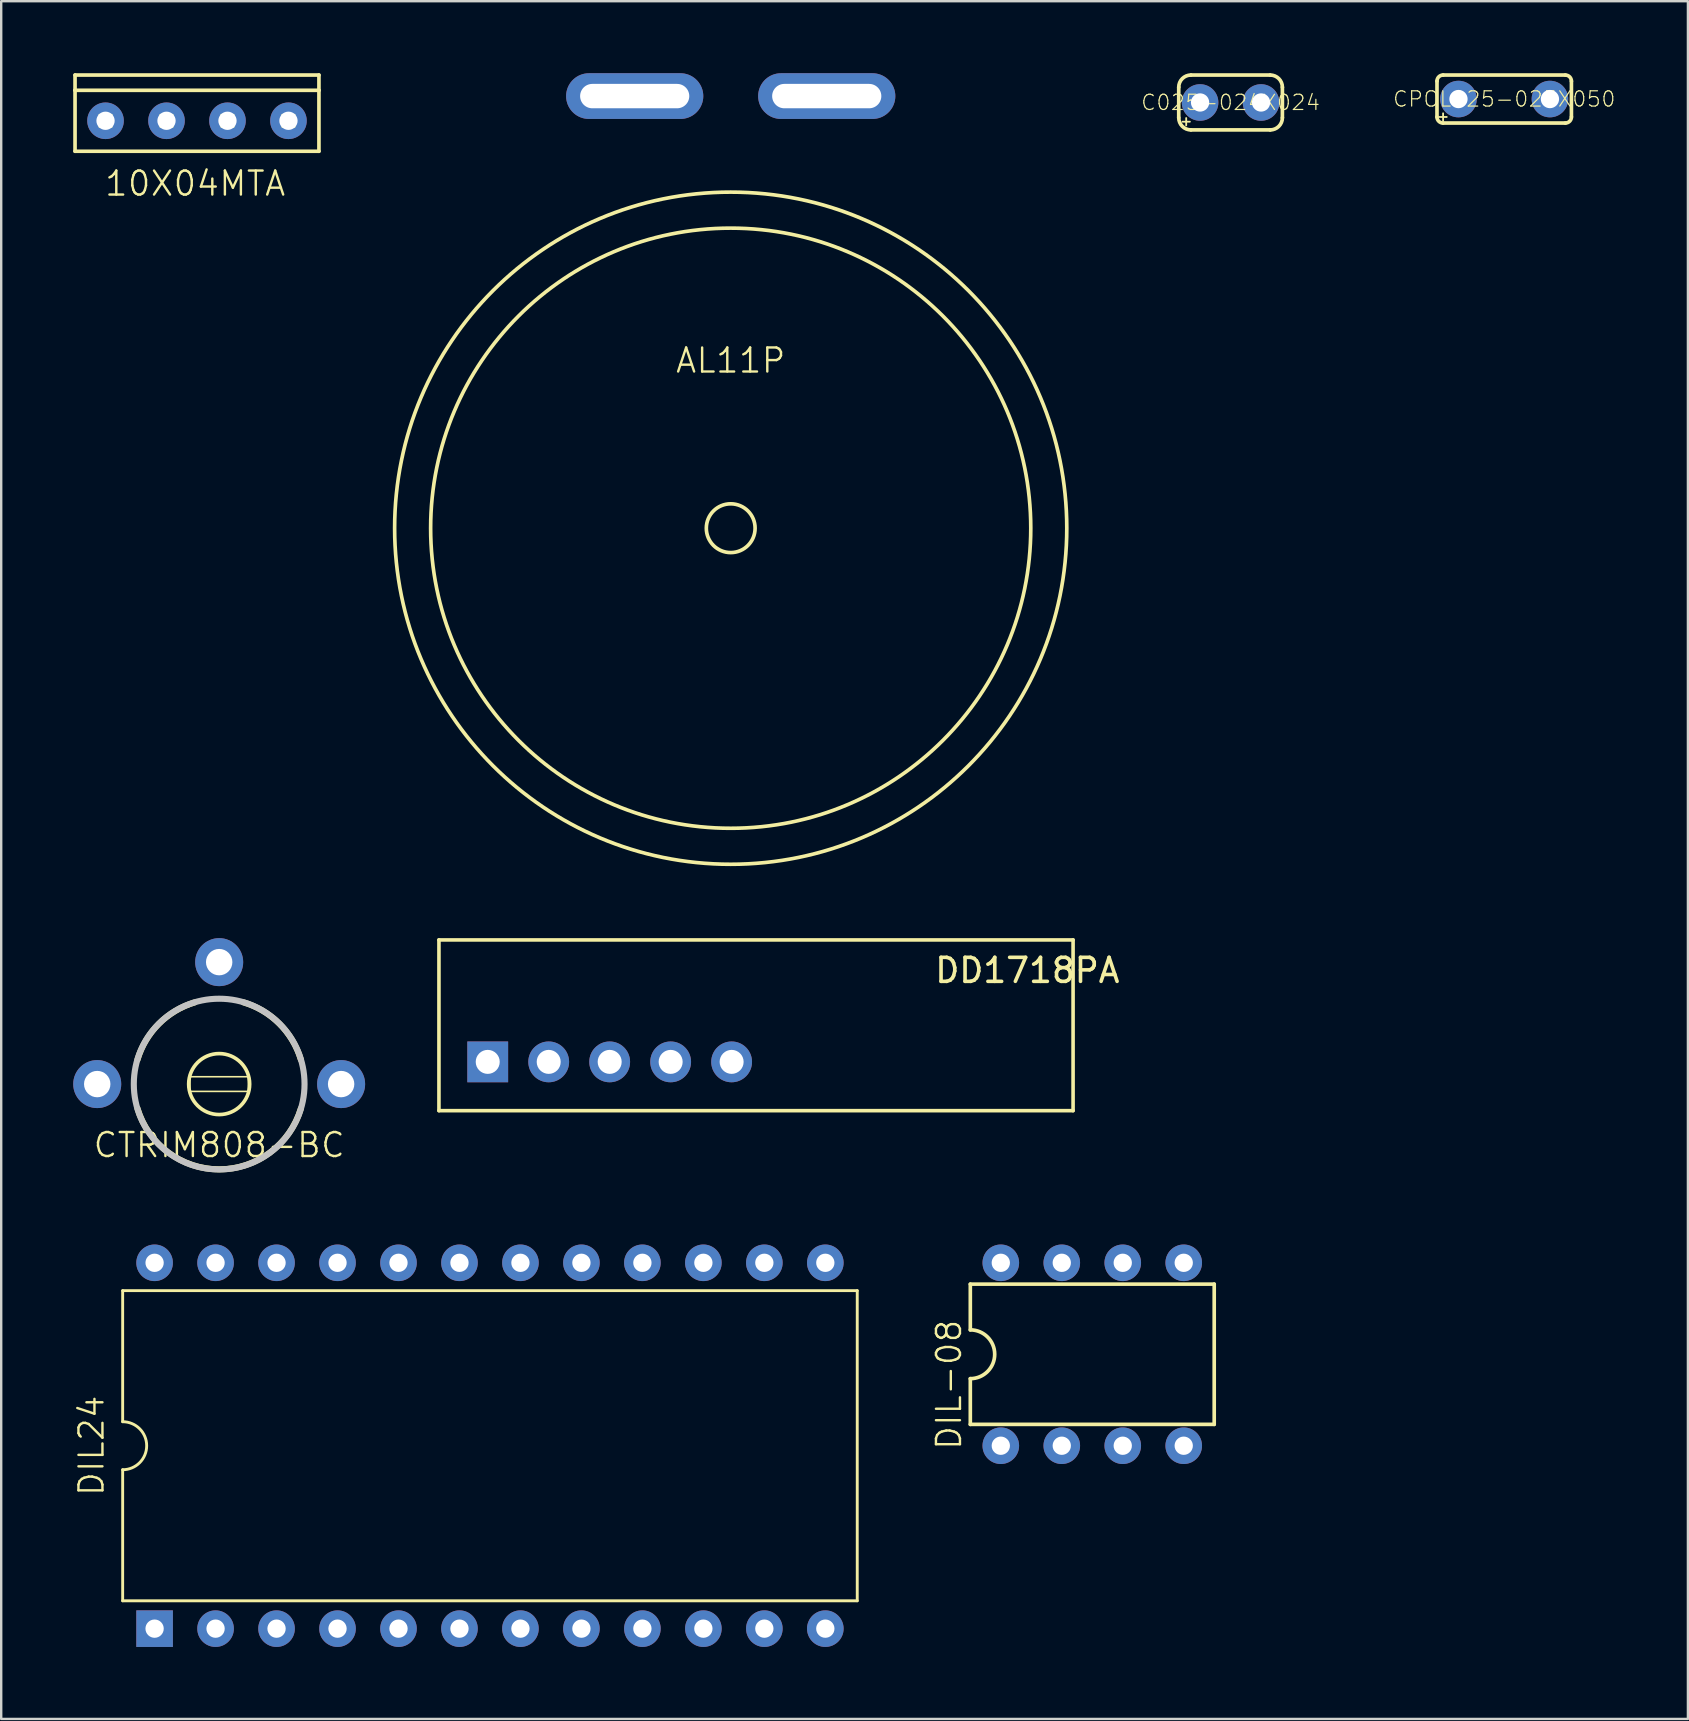
<source format=kicad_pcb>
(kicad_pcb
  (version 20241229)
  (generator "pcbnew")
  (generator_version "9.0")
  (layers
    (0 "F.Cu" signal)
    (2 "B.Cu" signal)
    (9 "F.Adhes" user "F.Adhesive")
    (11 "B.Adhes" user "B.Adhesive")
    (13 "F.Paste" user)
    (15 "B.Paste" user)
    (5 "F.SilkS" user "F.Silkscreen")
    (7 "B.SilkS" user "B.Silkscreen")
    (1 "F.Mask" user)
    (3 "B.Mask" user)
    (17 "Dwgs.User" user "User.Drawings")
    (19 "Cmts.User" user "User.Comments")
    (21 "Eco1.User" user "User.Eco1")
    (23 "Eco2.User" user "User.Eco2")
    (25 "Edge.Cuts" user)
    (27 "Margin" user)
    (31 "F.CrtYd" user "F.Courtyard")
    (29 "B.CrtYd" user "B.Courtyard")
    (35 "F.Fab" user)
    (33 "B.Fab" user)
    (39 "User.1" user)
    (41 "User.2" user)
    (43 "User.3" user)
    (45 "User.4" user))
  (footprint "DD1718PA"
    (layer "F.Cu")
    (at 17.267 41.184)
    (property "Reference" "DD1718PA" (at 22.479 -3.81 0) (layer "F.SilkS") (effects (font (size 1 1) (thickness 0.15))))
    (attr through_hole)
    (fp_line (start -2.032 -5.08) (end -2.032 2.032) (stroke (width 0.15) (type solid)) (layer "F.SilkS"))
    (fp_line (start -2.032 2.032) (end 24.384 2.032) (stroke (width 0.15) (type solid)) (layer "F.SilkS"))
    (fp_line (start 24.384 -5.08) (end -2.032 -5.08) (stroke (width 0.15) (type solid)) (layer "F.SilkS"))
    (fp_line (start 24.384 2.032) (end 24.384 -5.08) (stroke (width 0.15) (type solid)) (layer "F.SilkS"))
    (pad "1" thru_hole rect (at 0 0) (size 1.7 1.7) (drill 1) (layers "*.Cu" "*.Mask"))
    (pad "2" thru_hole oval (at 2.54 0) (size 1.7 1.7) (drill 1) (layers "*.Cu" "*.Mask"))
    (pad "3" thru_hole oval (at 5.08 0 90) (size 1.7 1.7) (drill 1) (layers "*.Cu" "*.Mask"))
    (pad "4" thru_hole oval (at 7.62 0 90) (size 1.7 1.7) (drill 1) (layers "*.Cu" "*.Mask"))
    (pad "5" thru_hole oval (at 10.16 0 90) (size 1.7 1.7) (drill 1) (layers "*.Cu" "*.Mask")))
  (footprint "10X04MTA"
    (layer "F.Cu")
    (at 5.156 1.981)
    (property "Reference" "10X04MTA" (at -0.076 2.616 0) (layer "F.SilkS") (effects (font (size 1 1) (thickness 0.1))))
    (attr exclude_from_pos_files exclude_from_bom)
    (fp_line (start -5.08 -1.27) (end -5.08 -1.905) (stroke (width 0.152) (type solid)) (layer "F.SilkS"))
    (fp_line (start -5.08 1.27) (end -5.08 -1.27) (stroke (width 0.152) (type solid)) (layer "F.SilkS"))
    (fp_line (start -5.08 1.27) (end 5.08 1.27) (stroke (width 0.152) (type solid)) (layer "F.SilkS"))
    (fp_line (start -4.064 -0.254) (end -3.556 -0.254) (stroke (width 0.066) (type solid)) (layer "F.SilkS"))
    (fp_line (start -4.064 0.254) (end -4.064 -0.254) (stroke (width 0.066) (type solid)) (layer "F.SilkS"))
    (fp_line (start -4.064 0.254) (end -3.556 0.254) (stroke (width 0.066) (type solid)) (layer "F.SilkS"))
    (fp_line (start -3.556 0.254) (end -3.556 -0.254) (stroke (width 0.066) (type solid)) (layer "F.SilkS"))
    (fp_line (start -1.524 -0.254) (end -1.016 -0.254) (stroke (width 0.066) (type solid)) (layer "F.SilkS"))
    (fp_line (start -1.524 0.254) (end -1.524 -0.254) (stroke (width 0.066) (type solid)) (layer "F.SilkS"))
    (fp_line (start -1.524 0.254) (end -1.016 0.254) (stroke (width 0.066) (type solid)) (layer "F.SilkS"))
    (fp_line (start -1.016 0.254) (end -1.016 -0.254) (stroke (width 0.066) (type solid)) (layer "F.SilkS"))
    (fp_line (start 1.016 -0.254) (end 1.524 -0.254) (stroke (width 0.066) (type solid)) (layer "F.SilkS"))
    (fp_line (start 1.016 0.254) (end 1.016 -0.254) (stroke (width 0.066) (type solid)) (layer "F.SilkS"))
    (fp_line (start 1.016 0.254) (end 1.524 0.254) (stroke (width 0.066) (type solid)) (layer "F.SilkS"))
    (fp_line (start 1.524 0.254) (end 1.524 -0.254) (stroke (width 0.066) (type solid)) (layer "F.SilkS"))
    (fp_line (start 3.556 -0.254) (end 4.064 -0.254) (stroke (width 0.066) (type solid)) (layer "F.SilkS"))
    (fp_line (start 3.556 0.254) (end 3.556 -0.254) (stroke (width 0.066) (type solid)) (layer "F.SilkS"))
    (fp_line (start 3.556 0.254) (end 4.064 0.254) (stroke (width 0.066) (type solid)) (layer "F.SilkS"))
    (fp_line (start 4.064 0.254) (end 4.064 -0.254) (stroke (width 0.066) (type solid)) (layer "F.SilkS"))
    (fp_line (start 5.08 -1.905) (end -5.08 -1.905) (stroke (width 0.152) (type solid)) (layer "F.SilkS"))
    (fp_line (start 5.08 -1.905) (end 5.08 -1.27) (stroke (width 0.152) (type solid)) (layer "F.SilkS"))
    (fp_line (start 5.08 -1.27) (end -5.08 -1.27) (stroke (width 0.152) (type solid)) (layer "F.SilkS"))
    (fp_line (start 5.08 -1.27) (end 5.08 1.27) (stroke (width 0.152) (type solid)) (layer "F.SilkS"))
    (pad "1" thru_hole circle (at 3.81 0) (size 1.524 1.524) (drill 0.762) (layers "*.Cu" "*.Paste" "*.Mask"))
    (pad "2" thru_hole circle (at 1.27 0) (size 1.524 1.524) (drill 0.762) (layers "*.Cu" "*.Paste" "*.Mask"))
    (pad "3" thru_hole circle (at -1.27 0) (size 1.524 1.524) (drill 0.762) (layers "*.Cu" "*.Paste" "*.Mask"))
    (pad "4" thru_hole circle (at -3.81 0) (size 1.524 1.524) (drill 0.762) (layers "*.Cu" "*.Paste" "*.Mask")))
  (footprint "CPOL025-025X050"
    (layer "F.Cu")
    (at 59.61 1.076)
    (property "Reference" "CPOL025-025X050" (at 0 0 0) (layer "F.SilkS") (effects (font (size 0.635 0.635) (thickness 0.05))))
    (attr exclude_from_pos_files exclude_from_bom)
    (fp_line (start -2.8 -0.746) (end -2.8 0.746) (stroke (width 0.152) (type solid)) (layer "F.SilkS"))
    (fp_line (start -2.698 0.746) (end -2.394 0.746) (stroke (width 0.076) (type solid)) (layer "F.SilkS"))
    (fp_line (start -2.546 -1) (end 2.546 -1) (stroke (width 0.152) (type solid)) (layer "F.SilkS"))
    (fp_line (start -2.546 0.594) (end -2.546 0.898) (stroke (width 0.076) (type solid)) (layer "F.SilkS"))
    (fp_line (start 2.546 1) (end -2.546 1) (stroke (width 0.152) (type solid)) (layer "F.SilkS"))
    (fp_line (start 2.8 -0.746) (end 2.8 0.746) (stroke (width 0.152) (type solid)) (layer "F.SilkS"))
    (fp_arc (start -2.8 -0.746) (mid -2.725605 -0.925605) (end -2.546 -1) (stroke (width 0.1524) (type solid)) (layer "F.SilkS"))
    (fp_arc (start -2.546 1) (mid -2.725605 0.925605) (end -2.8 0.746) (stroke (width 0.1524) (type solid)) (layer "F.SilkS"))
    (fp_arc (start 2.546 -1) (mid 2.725605 -0.925605) (end 2.8 -0.746) (stroke (width 0.1524) (type solid)) (layer "F.SilkS"))
    (fp_arc (start 2.8 0.746) (mid 2.725605 0.925605) (end 2.546 1) (stroke (width 0.1524) (type solid)) (layer "F.SilkS"))
    (pad "+" thru_hole circle (at -1.905 0) (size 1.524 1.524) (drill 0.762) (layers "*.Cu" "*.Paste" "*.Mask"))
    (pad "-" thru_hole circle (at 1.905 0) (size 1.524 1.524) (drill 0.762) (layers "*.Cu" "*.Paste" "*.Mask")))
  (footprint "C025-024X024"
    (layer "F.Cu")
    (at 48.211 1.219)
    (property "Reference" "C025-024X024" (at 0 0 0) (layer "F.SilkS") (effects (font (size 0.635 0.635) (thickness 0.05))))
    (attr exclude_from_pos_files exclude_from_bom)
    (fp_line (start -2.159 0.635) (end -2.159 -0.635) (stroke (width 0.152) (type solid)) (layer "F.SilkS"))
    (fp_line (start -2 0.8) (end -1.695 0.8) (stroke (width 0.076) (type solid)) (layer "F.SilkS"))
    (fp_line (start -1.848 0.648) (end -1.848 0.952) (stroke (width 0.076) (type solid)) (layer "F.SilkS"))
    (fp_line (start 1.651 -1.143) (end -1.651 -1.143) (stroke (width 0.152) (type solid)) (layer "F.SilkS"))
    (fp_line (start 1.651 1.143) (end -1.651 1.143) (stroke (width 0.152) (type solid)) (layer "F.SilkS"))
    (fp_line (start 2.159 0.635) (end 2.159 -0.635) (stroke (width 0.152) (type solid)) (layer "F.SilkS"))
    (fp_arc (start -2.159 -0.635) (mid -2.01021 -0.99421) (end -1.651 -1.143) (stroke (width 0.1524) (type solid)) (layer "F.SilkS"))
    (fp_arc (start -1.651 1.143) (mid -2.01021 0.99421) (end -2.159 0.635) (stroke (width 0.1524) (type solid)) (layer "F.SilkS"))
    (fp_arc (start 1.651 -1.143) (mid 2.01021 -0.99421) (end 2.159 -0.635) (stroke (width 0.1524) (type solid)) (layer "F.SilkS"))
    (fp_arc (start 2.159 0.635) (mid 2.01021 0.99421) (end 1.651 1.143) (stroke (width 0.1524) (type solid)) (layer "F.SilkS"))
    (pad "+" thru_hole circle (at -1.27 0) (size 1.524 1.524) (drill 0.762) (layers "*.Cu" "*.Paste" "*.Mask"))
    (pad "-" thru_hole circle (at 1.27 0) (size 1.524 1.524) (drill 0.762) (layers "*.Cu" "*.Paste" "*.Mask")))
  (footprint "CTRIM808-BC"
    (layer "F.Cu")
    (at 6.08 42.109)
    (property "Reference" "CTRIM808-BC" (at 0 2.54 0) (layer "F.SilkS") (effects (font (size 1 1) (thickness 0.1))))
    (attr exclude_from_pos_files exclude_from_bom)
    (fp_line (start -1.219 -0.305) (end 1.219 -0.305) (stroke (width 0.066) (type solid)) (layer "F.SilkS"))
    (fp_line (start -1.219 0.305) (end -1.219 -0.305) (stroke (width 0.066) (type solid)) (layer "F.SilkS"))
    (fp_line (start -1.219 0.305) (end 1.219 0.305) (stroke (width 0.066) (type solid)) (layer "F.SilkS"))
    (fp_line (start 1.219 0.305) (end 1.219 -0.305) (stroke (width 0.066) (type solid)) (layer "F.SilkS"))
    (fp_arc (start -3.4036 -1.016) (mid -2.512929 -2.510365) (end -1.019474 -3.402561) (stroke (width 0.254) (type solid)) (layer "F.SilkS"))
    (fp_arc (start 1.016 -3.4036) (mid 2.510365 -2.512929) (end 3.402561 -1.019474) (stroke (width 0.254) (type solid)) (layer "F.SilkS"))
    (fp_arc (start 3.4036 1.016) (mid 0.001813 3.552006) (end -3.402561 1.019474) (stroke (width 0.254) (type solid)) (layer "F.SilkS"))
    (fp_circle (center 0 0) (end 0 -1.27) (stroke (width 0.152) (type solid)) (fill no) (layer "F.SilkS"))
    (fp_circle (center 0 0) (end 0 -3.556) (stroke (width 0.254) (type solid)) (fill no) (layer "Dwgs.User"))
    (pad "1" thru_hole circle (at 5.08 0) (size 2 2) (drill 1.1) (layers "*.Cu" "*.Paste" "*.Mask"))
    (pad "2" thru_hole circle (at 0 -5.08) (size 2 2) (drill 1.1) (layers "*.Cu" "*.Paste" "*.Mask"))
    (pad "3" thru_hole circle (at -5.08 0) (size 2 2) (drill 1.1) (layers "*.Cu" "*.Paste" "*.Mask")))
  (footprint "AL11P"
    (layer "F.Cu")
    (at 27.389 18.953)
    (property "Reference" "AL11P" (at 0 -6.985 0) (layer "F.SilkS") (effects (font (size 1 1) (thickness 0.1))))
    (attr exclude_from_pos_files exclude_from_bom)
    (fp_circle (center 0 0) (end 0 -1.016) (stroke (width 0.152) (type solid)) (fill no) (layer "F.SilkS"))
    (fp_circle (center 0 0) (end 12.5 0) (stroke (width 0.152) (type solid)) (fill no) (layer "F.SilkS"))
    (fp_circle (center 0 0) (end 14 0) (stroke (width 0.152) (type solid)) (fill no) (layer "F.SilkS"))
    (pad "+" thru_hole oval (at -4 -18) (size 5.715 1.905) (drill oval 4.548 1.016) (layers "*.Cu" "*.Paste" "*.Mask"))
    (pad "-" thru_hole oval (at 4 -18) (size 5.715 1.905) (drill oval 4.548 1.016) (layers "*.Cu" "*.Paste" "*.Mask")))
  (footprint "DIL24"
    (layer "F.Cu")
    (at 17.36 57.174)
    (property "Reference" "DIL24" (at -16.6 0 90) (layer "F.SilkS") (effects (font (size 1 1) (thickness 0.1))))
    (attr through_hole)
    (fp_line (start -15.3 -6.46) (end -15.3 -1) (stroke (width 0.12) (type solid)) (layer "F.SilkS"))
    (fp_line (start -15.3 1) (end -15.3 6.46) (stroke (width 0.12) (type solid)) (layer "F.SilkS"))
    (fp_line (start -15.3 6.46) (end 15.3 6.46) (stroke (width 0.12) (type solid)) (layer "F.SilkS"))
    (fp_line (start 15.3 -6.46) (end -15.3 -6.46) (stroke (width 0.12) (type solid)) (layer "F.SilkS"))
    (fp_line (start 15.3 6.46) (end 15.3 -6.46) (stroke (width 0.12) (type solid)) (layer "F.SilkS"))
    (fp_arc (start -15.3 -1) (mid -14.3 0) (end -15.3 1) (stroke (width 0.12) (type solid)) (layer "F.SilkS"))
    (pad "1" thru_hole rect (at -13.97 7.62) (size 1.524 1.524) (drill 0.762) (layers "*.Cu" "*.Mask"))
    (pad "2" thru_hole circle (at -11.43 7.62) (size 1.524 1.524) (drill 0.762) (layers "*.Cu" "*.Mask"))
    (pad "3" thru_hole circle (at -8.89 7.62) (size 1.524 1.524) (drill 0.762) (layers "*.Cu" "*.Mask"))
    (pad "4" thru_hole circle (at -6.35 7.62) (size 1.524 1.524) (drill 0.762) (layers "*.Cu" "*.Mask"))
    (pad "5" thru_hole circle (at -3.81 7.62) (size 1.524 1.524) (drill 0.762) (layers "*.Cu" "*.Mask"))
    (pad "6" thru_hole circle (at -1.27 7.62) (size 1.524 1.524) (drill 0.762) (layers "*.Cu" "*.Mask"))
    (pad "7" thru_hole circle (at 1.27 7.62) (size 1.524 1.524) (drill 0.762) (layers "*.Cu" "*.Mask"))
    (pad "8" thru_hole circle (at 3.81 7.62) (size 1.524 1.524) (drill 0.762) (layers "*.Cu" "*.Mask"))
    (pad "9" thru_hole circle (at 6.35 7.62) (size 1.524 1.524) (drill 0.762) (layers "*.Cu" "*.Mask"))
    (pad "10" thru_hole circle (at 8.89 7.62) (size 1.524 1.524) (drill 0.762) (layers "*.Cu" "*.Mask"))
    (pad "11" thru_hole circle (at 11.43 7.62) (size 1.524 1.524) (drill 0.762) (layers "*.Cu" "*.Mask"))
    (pad "12" thru_hole circle (at 13.97 7.62) (size 1.524 1.524) (drill 0.762) (layers "*.Cu" "*.Mask"))
    (pad "13" thru_hole circle (at 13.97 -7.62) (size 1.524 1.524) (drill 0.762) (layers "*.Cu" "*.Mask"))
    (pad "14" thru_hole circle (at 11.43 -7.62) (size 1.524 1.524) (drill 0.762) (layers "*.Cu" "*.Mask"))
    (pad "15" thru_hole circle (at 8.89 -7.62) (size 1.524 1.524) (drill 0.762) (layers "*.Cu" "*.Mask"))
    (pad "16" thru_hole circle (at 6.35 -7.62) (size 1.524 1.524) (drill 0.762) (layers "*.Cu" "*.Mask"))
    (pad "17" thru_hole circle (at 3.81 -7.62) (size 1.524 1.524) (drill 0.762) (layers "*.Cu" "*.Mask"))
    (pad "18" thru_hole circle (at 1.27 -7.62) (size 1.524 1.524) (drill 0.762) (layers "*.Cu" "*.Mask"))
    (pad "19" thru_hole circle (at -1.27 -7.62) (size 1.524 1.524) (drill 0.762) (layers "*.Cu" "*.Mask"))
    (pad "20" thru_hole circle (at -3.81 -7.62) (size 1.524 1.524) (drill 0.762) (layers "*.Cu" "*.Mask"))
    (pad "21" thru_hole circle (at -6.35 -7.62) (size 1.524 1.524) (drill 0.762) (layers "*.Cu" "*.Mask"))
    (pad "22" thru_hole circle (at -8.89 -7.62) (size 1.524 1.524) (drill 0.762) (layers "*.Cu" "*.Mask"))
    (pad "23" thru_hole circle (at -11.43 -7.62) (size 1.524 1.524) (drill 0.762) (layers "*.Cu" "*.Mask"))
    (pad "24" thru_hole circle (at -13.97 -7.62) (size 1.524 1.524) (drill 0.762) (layers "*.Cu" "*.Mask")))
  (footprint "DIL-08"
    (layer "F.Cu")
    (at 42.45 53.364)
    (property "Reference" "DIL-08" (at -5.969 1.27 90) (layer "F.SilkS") (effects (font (size 1 1) (thickness 0.1))))
    (attr exclude_from_pos_files exclude_from_bom)
    (fp_line (start -5.08 -2.921) (end -5.08 -1.016) (stroke (width 0.152) (type solid)) (layer "F.SilkS"))
    (fp_line (start -5.08 2.921) (end -5.08 1.016) (stroke (width 0.152) (type solid)) (layer "F.SilkS"))
    (fp_line (start -5.08 2.921) (end 5.08 2.921) (stroke (width 0.152) (type solid)) (layer "F.SilkS"))
    (fp_line (start 5.08 -2.921) (end -5.08 -2.921) (stroke (width 0.152) (type solid)) (layer "F.SilkS"))
    (fp_line (start 5.08 -2.921) (end 5.08 2.921) (stroke (width 0.152) (type solid)) (layer "F.SilkS"))
    (fp_arc (start -5.08 -1.016) (mid -4.064 0) (end -5.08 1.016) (stroke (width 0.1524) (type solid)) (layer "F.SilkS"))
    (pad "1" thru_hole circle (at -3.81 3.81) (size 1.524 1.524) (drill 0.762) (layers "*.Cu" "*.Paste" "*.Mask"))
    (pad "2" thru_hole circle (at -1.27 3.81) (size 1.524 1.524) (drill 0.762) (layers "*.Cu" "*.Paste" "*.Mask"))
    (pad "3" thru_hole circle (at 1.27 3.81) (size 1.524 1.524) (drill 0.762) (layers "*.Cu" "*.Paste" "*.Mask"))
    (pad "4" thru_hole circle (at 3.81 3.81) (size 1.524 1.524) (drill 0.762) (layers "*.Cu" "*.Paste" "*.Mask"))
    (pad "5" thru_hole circle (at 3.81 -3.81) (size 1.524 1.524) (drill 0.762) (layers "*.Cu" "*.Paste" "*.Mask"))
    (pad "6" thru_hole circle (at 1.27 -3.81) (size 1.524 1.524) (drill 0.762) (layers "*.Cu" "*.Paste" "*.Mask"))
    (pad "7" thru_hole circle (at -1.27 -3.81) (size 1.524 1.524) (drill 0.762) (layers "*.Cu" "*.Paste" "*.Mask"))
    (pad "8" thru_hole circle (at -3.81 -3.81) (size 1.524 1.524) (drill 0.762) (layers "*.Cu" "*.Paste" "*.Mask")))
  (gr_rect
    (start -3 -3)
    (end 67.263 68.556)
    (stroke (width 0.1) (type default))
    (fill no)
    (layer "Edge.Cuts")))
</source>
